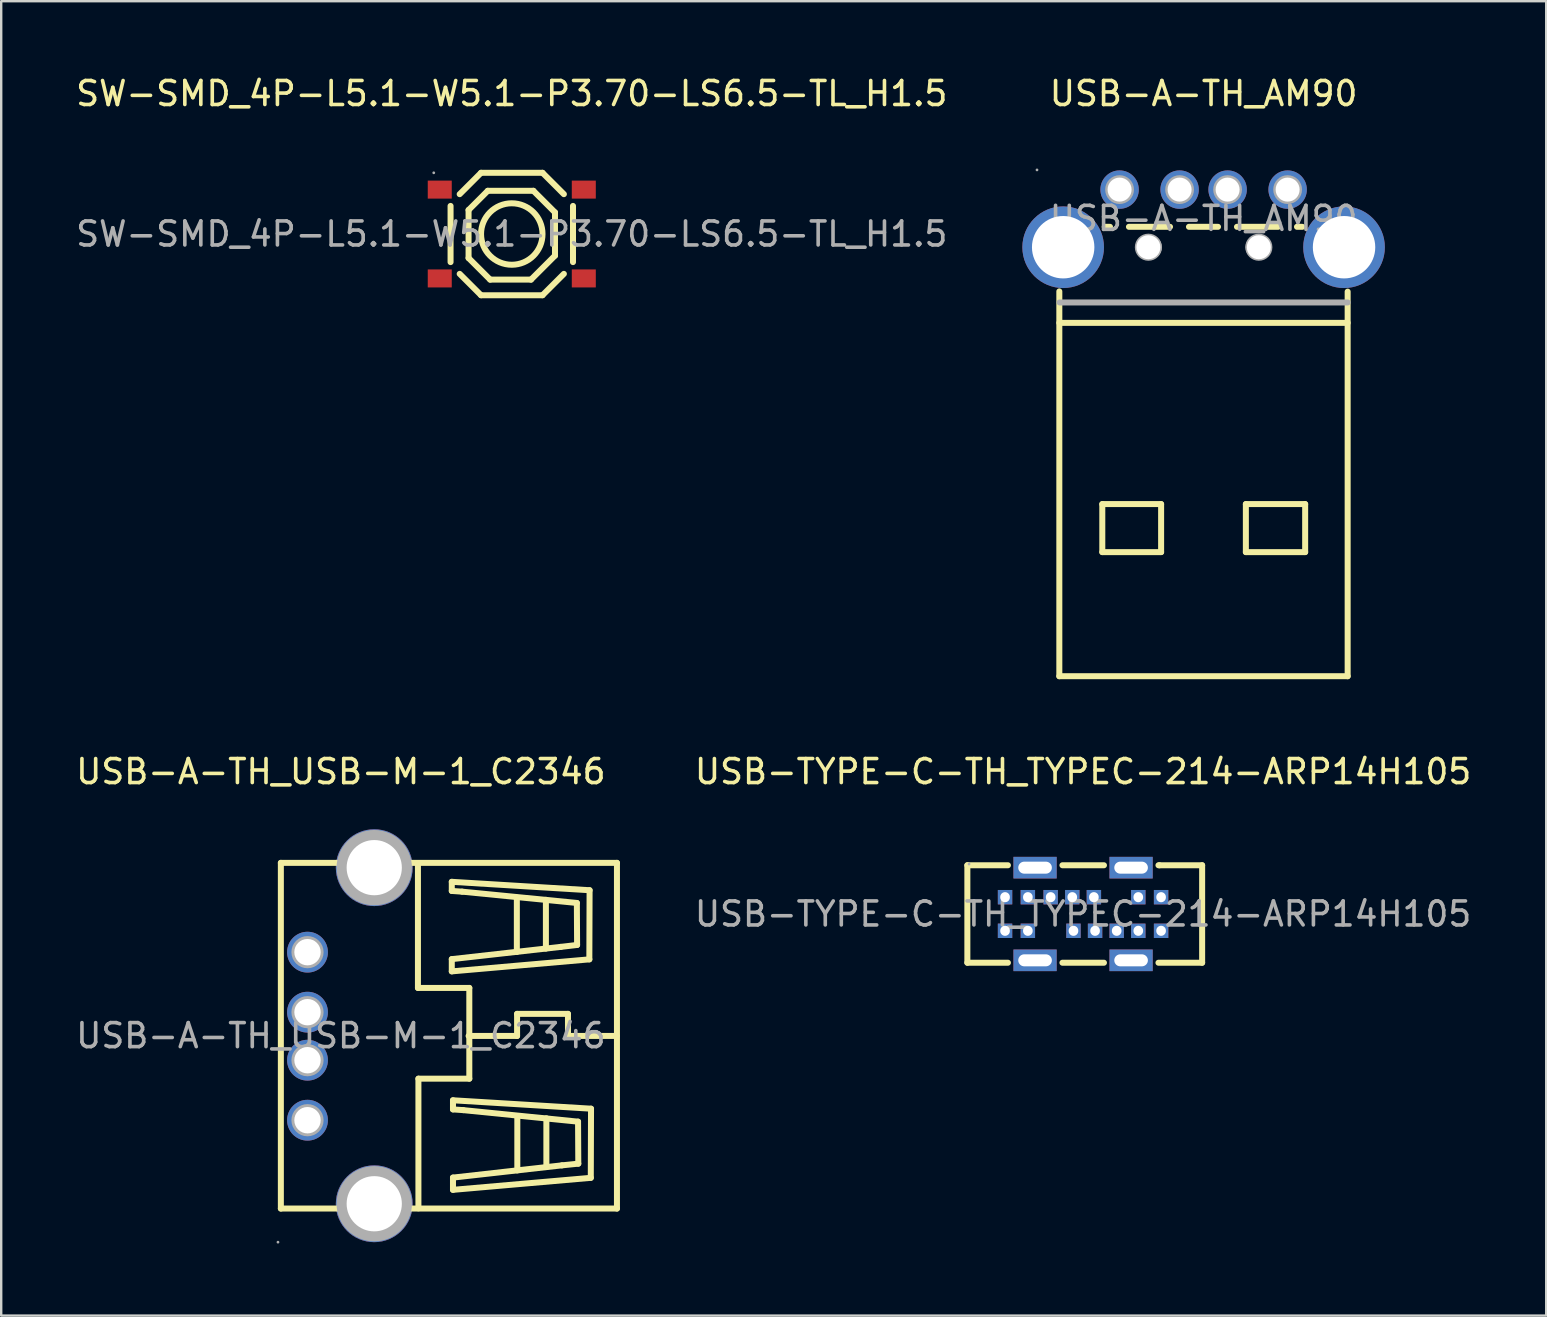
<source format=kicad_pcb>
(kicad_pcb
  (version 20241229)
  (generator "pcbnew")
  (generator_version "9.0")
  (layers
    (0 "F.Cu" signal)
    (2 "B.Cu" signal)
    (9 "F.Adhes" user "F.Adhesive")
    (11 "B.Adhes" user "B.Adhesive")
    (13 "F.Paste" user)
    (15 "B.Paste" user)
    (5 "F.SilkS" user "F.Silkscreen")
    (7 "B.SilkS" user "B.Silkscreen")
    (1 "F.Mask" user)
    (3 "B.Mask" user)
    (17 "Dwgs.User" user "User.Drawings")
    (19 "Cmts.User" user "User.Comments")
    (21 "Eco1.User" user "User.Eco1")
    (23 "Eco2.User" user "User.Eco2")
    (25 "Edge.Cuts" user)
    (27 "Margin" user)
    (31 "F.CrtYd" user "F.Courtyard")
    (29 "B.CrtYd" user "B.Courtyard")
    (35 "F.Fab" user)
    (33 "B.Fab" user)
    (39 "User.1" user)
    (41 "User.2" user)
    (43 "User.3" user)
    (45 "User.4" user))
  (footprint "SW-SMD_4P-L5.1-W5.1-P3.70-LS6.5-TL_H1.5"
    (layer "F.Cu")
    (at 18.268 6.698)
    (property "Reference" "SW-SMD_4P-L5.1-W5.1-P3.70-LS6.5-TL_H1.5" (at 0 -5.85 0) (layer "F.SilkS") (effects (font (size 1 1) (thickness 0.15))))
    (attr smd)
    (fp_line (start -2.55 -1.17) (end -2.55 1.17) (stroke (width 0.25) (type solid)) (layer "F.SilkS"))
    (fp_line (start -2.17 1.66) (end -1.28 2.55) (stroke (width 0.25) (type solid)) (layer "F.SilkS"))
    (fp_line (start -1.8 -1) (end -1 -1.8) (stroke (width 0.25) (type solid)) (layer "F.SilkS"))
    (fp_line (start -1.8 1) (end -1.8 -1) (stroke (width 0.25) (type solid)) (layer "F.SilkS"))
    (fp_line (start -1.28 -2.55) (end -2.17 -1.66) (stroke (width 0.25) (type solid)) (layer "F.SilkS"))
    (fp_line (start -1.28 -2.55) (end 1.28 -2.55) (stroke (width 0.25) (type solid)) (layer "F.SilkS"))
    (fp_line (start -1.28 2.55) (end 1.28 2.55) (stroke (width 0.25) (type solid)) (layer "F.SilkS"))
    (fp_line (start -1 -1.8) (end 0.9 -1.8) (stroke (width 0.25) (type solid)) (layer "F.SilkS"))
    (fp_line (start -0.9 1.9) (end -1.8 1) (stroke (width 0.25) (type solid)) (layer "F.SilkS"))
    (fp_line (start 0.8 1.9) (end -0.9 1.9) (stroke (width 0.25) (type solid)) (layer "F.SilkS"))
    (fp_line (start 0.9 -1.8) (end 1.8 -0.9) (stroke (width 0.25) (type solid)) (layer "F.SilkS"))
    (fp_line (start 1.28 -2.55) (end 2.17 -1.66) (stroke (width 0.25) (type solid)) (layer "F.SilkS"))
    (fp_line (start 1.8 -0.9) (end 1.8 0.9) (stroke (width 0.25) (type solid)) (layer "F.SilkS"))
    (fp_line (start 1.8 0.9) (end 0.8 1.9) (stroke (width 0.25) (type solid)) (layer "F.SilkS"))
    (fp_line (start 2.17 1.66) (end 1.28 2.55) (stroke (width 0.25) (type solid)) (layer "F.SilkS"))
    (fp_line (start 2.55 -1.17) (end 2.55 1.17) (stroke (width 0.25) (type solid)) (layer "F.SilkS"))
    (fp_circle (center 0 0) (end 1.28 0) (stroke (width 0.25) (type solid)) (fill no) (layer "F.SilkS"))
    (fp_circle (center -3.25 -2.55) (end -3.22 -2.55) (stroke (width 0.06) (type solid)) (fill no) (layer "F.Fab"))
    (fp_text user "${REFERENCE}" (at 0 0 0) (layer "F.Fab") (effects (font (size 1 1) (thickness 0.15))))
    (pad "1" smd rect (at -3 -1.85) (size 1 0.75) (layers "F.Cu" "F.Mask" "F.Paste"))
    (pad "2" smd rect (at 3 -1.85) (size 1 0.75) (layers "F.Cu" "F.Mask" "F.Paste"))
    (pad "3" smd rect (at -3 1.85) (size 1 0.75) (layers "F.Cu" "F.Mask" "F.Paste"))
    (pad "4" smd rect (at 3 1.85) (size 1 0.75) (layers "F.Cu" "F.Mask" "F.Paste")))
  (footprint "USB-TYPE-C-TH_TYPEC-214-ARP14H105"
    (layer "F.Cu")
    (at 42.065 35.022)
    (property "Reference" "USB-TYPE-C-TH_TYPEC-214-ARP14H105" (at 0 -5.93 0) (layer "F.SilkS") (effects (font (size 1 1) (thickness 0.15))))
    (attr through_hole)
    (fp_line (start -4.82 -2.03) (end -3.13 -2.03) (stroke (width 0.25) (type solid)) (layer "F.SilkS"))
    (fp_line (start -4.82 2.03) (end -4.82 -2.03) (stroke (width 0.25) (type solid)) (layer "F.SilkS"))
    (fp_line (start -3.13 2.03) (end -4.82 2.03) (stroke (width 0.25) (type solid)) (layer "F.SilkS"))
    (fp_line (start -0.86 -2.03) (end 0.87 -2.03) (stroke (width 0.25) (type solid)) (layer "F.SilkS"))
    (fp_line (start 0.87 2.03) (end -0.86 2.03) (stroke (width 0.25) (type solid)) (layer "F.SilkS"))
    (fp_line (start 3.14 -2.03) (end 3.18 -2.03) (stroke (width 0.25) (type solid)) (layer "F.SilkS"))
    (fp_line (start 3.18 -2.03) (end 4.96 -2.03) (stroke (width 0.25) (type solid)) (layer "F.SilkS"))
    (fp_line (start 4.96 -2.03) (end 4.96 2.03) (stroke (width 0.25) (type solid)) (layer "F.SilkS"))
    (fp_line (start 4.96 2.03) (end 3.14 2.03) (stroke (width 0.25) (type solid)) (layer "F.SilkS"))
    (fp_circle (center -4.75 -2.08) (end -4.72 -2.08) (stroke (width 0.06) (type solid)) (fill no) (layer "F.Fab"))
    (fp_text user "${REFERENCE}" (at 0 0 0) (layer "F.Fab") (effects (font (size 1 1) (thickness 0.15))))
    (pad "0" thru_hole rect (at -2 -1.93) (size 1.8 0.9) (drill oval 1.4 0.5) (layers "*.Cu" "*.Mask"))
    (pad "0" thru_hole rect (at -2 1.93) (size 1.8 0.9) (drill oval 1.4 0.5) (layers "*.Cu" "*.Mask"))
    (pad "0" thru_hole rect (at 2 -1.93) (size 1.8 0.9) (drill oval 1.4 0.5) (layers "*.Cu" "*.Mask"))
    (pad "0" thru_hole rect (at 2 1.93) (size 1.8 0.9) (drill oval 1.4 0.5) (layers "*.Cu" "*.Mask"))
    (pad "A1" thru_hole rect (at -3.25 -0.7) (size 0.6 0.6) (drill oval 0.4 0.42) (layers "*.Cu" "*.Mask"))
    (pad "A4" thru_hole rect (at -2.3 -0.7) (size 0.6 0.6) (drill oval 0.4 0.42) (layers "*.Cu" "*.Mask"))
    (pad "A5" thru_hole rect (at -1.35 -0.7) (size 0.6 0.6) (drill oval 0.4 0.42) (layers "*.Cu" "*.Mask"))
    (pad "A6" thru_hole rect (at -0.45 -0.7) (size 0.6 0.6) (drill oval 0.4 0.42) (layers "*.Cu" "*.Mask"))
    (pad "A7" thru_hole rect (at 0.45 -0.7) (size 0.6 0.6) (drill oval 0.4 0.42) (layers "*.Cu" "*.Mask"))
    (pad "A9" thru_hole rect (at 2.3 -0.7) (size 0.6 0.6) (drill oval 0.4 0.42) (layers "*.Cu" "*.Mask"))
    (pad "A12" thru_hole rect (at 3.25 -0.7) (size 0.6 0.6) (drill oval 0.4 0.42) (layers "*.Cu" "*.Mask"))
    (pad "B1" thru_hole rect (at 3.25 0.7) (size 0.6 0.6) (drill oval 0.4 0.42) (layers "*.Cu" "*.Mask"))
    (pad "B4" thru_hole rect (at 2.3 0.7) (size 0.6 0.6) (drill oval 0.4 0.42) (layers "*.Cu" "*.Mask"))
    (pad "B5" thru_hole rect (at 1.4 0.7) (size 0.6 0.6) (drill oval 0.4 0.42) (layers "*.Cu" "*.Mask"))
    (pad "B6" thru_hole rect (at 0.5 0.7) (size 0.6 0.6) (drill oval 0.4 0.42) (layers "*.Cu" "*.Mask"))
    (pad "B7" thru_hole rect (at -0.4 0.7) (size 0.6 0.6) (drill oval 0.4 0.42) (layers "*.Cu" "*.Mask"))
    (pad "B9" thru_hole rect (at -2.3 0.7) (size 0.6 0.6) (drill oval 0.4 0.42) (layers "*.Cu" "*.Mask"))
    (pad "B12" thru_hole rect (at -3.25 0.7) (size 0.6 0.6) (drill oval 0.4 0.42) (layers "*.Cu" "*.Mask")))
  (footprint "USB-A-TH_AM90"
    (layer "F.Cu")
    (at 47.086 6.048)
    (property "Reference" "USB-A-TH_AM90" (at 0 -5.2 0) (layer "F.SilkS") (effects (font (size 1 1) (thickness 0.15))))
    (attr through_hole)
    (fp_line (start -6.01 4.35) (end 6 4.35) (stroke (width 0.25) (type solid)) (layer "F.SilkS"))
    (fp_line (start -6.01 19.07) (end -6.01 3.04) (stroke (width 0.25) (type solid)) (layer "F.SilkS"))
    (fp_line (start -4.22 11.9) (end -1.77 11.9) (stroke (width 0.25) (type solid)) (layer "F.SilkS"))
    (fp_line (start -4.22 13.9) (end -4.22 11.9) (stroke (width 0.25) (type solid)) (layer "F.SilkS"))
    (fp_line (start -4.12 0.35) (end -3.9 0.35) (stroke (width 0.25) (type solid)) (layer "F.SilkS"))
    (fp_line (start -3.11 0.35) (end -1.4 0.35) (stroke (width 0.25) (type solid)) (layer "F.SilkS"))
    (fp_line (start -1.77 13.9) (end -4.22 13.9) (stroke (width 0.25) (type solid)) (layer "F.SilkS"))
    (fp_line (start -1.77 13.9) (end -1.77 11.9) (stroke (width 0.25) (type solid)) (layer "F.SilkS"))
    (fp_line (start -0.61 0.35) (end 0.6 0.35) (stroke (width 0.25) (type solid)) (layer "F.SilkS"))
    (fp_line (start 1.39 0.35) (end 3.1 0.35) (stroke (width 0.25) (type solid)) (layer "F.SilkS"))
    (fp_line (start 1.76 13.9) (end 1.76 11.9) (stroke (width 0.25) (type solid)) (layer "F.SilkS"))
    (fp_line (start 1.76 13.9) (end 4.23 13.9) (stroke (width 0.25) (type solid)) (layer "F.SilkS"))
    (fp_line (start 3.89 0.35) (end 4.11 0.35) (stroke (width 0.25) (type solid)) (layer "F.SilkS"))
    (fp_line (start 4.23 11.9) (end 1.76 11.9) (stroke (width 0.25) (type solid)) (layer "F.SilkS"))
    (fp_line (start 4.23 13.9) (end 4.23 11.9) (stroke (width 0.25) (type solid)) (layer "F.SilkS"))
    (fp_line (start 6 19.07) (end -6.01 19.07) (stroke (width 0.25) (type solid)) (layer "F.SilkS"))
    (fp_line (start 6 19.07) (end 6 3.05) (stroke (width 0.25) (type solid)) (layer "F.SilkS"))
    (fp_line (start -6 3.5) (end 6 3.5) (stroke (width 0.25) (type solid)) (layer "F.Fab"))
    (fp_circle (center -6.94 -2.02) (end -6.91 -2.02) (stroke (width 0.06) (type solid)) (fill no) (layer "F.Fab"))
    (fp_circle (center -5.85 1.2) (end -5.31 1.2) (stroke (width 1.08) (type solid)) (fill no) (layer "F.Fab"))
    (fp_circle (center -3.5 -1.2) (end -3.2 -1.2) (stroke (width 0.6) (type solid)) (fill no) (layer "F.Fab"))
    (fp_circle (center -2.3 1.2) (end -1.8 1.2) (stroke (width 0.13) (type solid)) (fill no) (layer "F.Fab"))
    (fp_circle (center -2.24 1.2) (end -1.99 1.2) (stroke (width 0.5) (type solid)) (fill no) (layer "F.Fab"))
    (fp_circle (center -1 -1.2) (end -0.7 -1.2) (stroke (width 0.6) (type solid)) (fill no) (layer "F.Fab"))
    (fp_circle (center 1 -1.2) (end 1.3 -1.2) (stroke (width 0.6) (type solid)) (fill no) (layer "F.Fab"))
    (fp_circle (center 2.25 1.2) (end 2.5 1.2) (stroke (width 0.5) (type solid)) (fill no) (layer "F.Fab"))
    (fp_circle (center 2.3 1.2) (end 2.8 1.2) (stroke (width 0.13) (type solid)) (fill no) (layer "F.Fab"))
    (fp_circle (center 3.5 -1.2) (end 3.8 -1.2) (stroke (width 0.6) (type solid)) (fill no) (layer "F.Fab"))
    (fp_circle (center 5.85 1.2) (end 6.39 1.2) (stroke (width 1.08) (type solid)) (fill no) (layer "F.Fab"))
    (fp_text user "${REFERENCE}" (at 0 0 0) (layer "F.Fab") (effects (font (size 1 1) (thickness 0.15))))
    (pad "" thru_hole circle (at -2.3 1.2) (size 1 1) (drill 1) (layers "*.Cu" "*.Mask"))
    (pad "" thru_hole circle (at 2.3 1.2) (size 1 1) (drill 1) (layers "*.Cu" "*.Mask"))
    (pad "1" thru_hole circle (at 3.5 -1.2 270) (size 1.6 1.6) (drill 1) (layers "*.Cu" "*.Mask"))
    (pad "2" thru_hole circle (at 1 -1.2 270) (size 1.6 1.6) (drill 1) (layers "*.Cu" "*.Mask"))
    (pad "3" thru_hole circle (at -1 -1.2 270) (size 1.6 1.6) (drill 1) (layers "*.Cu" "*.Mask"))
    (pad "4" thru_hole circle (at -3.5 -1.2 270) (size 1.6 1.6) (drill 1) (layers "*.Cu" "*.Mask"))
    (pad "MH1" thru_hole circle (at 5.85 1.2 270) (size 3.4 3.4) (drill 2.6) (layers "*.Cu" "*.Mask"))
    (pad "MH2" thru_hole circle (at -5.85 1.2 270) (size 3.4 3.4) (drill 2.6) (layers "*.Cu" "*.Mask")))
  (footprint "USB-A-TH_USB-M-1_C2346"
    (layer "F.Cu")
    (at 11.149 40.092)
    (property "Reference" "USB-A-TH_USB-M-1_C2346" (at 0 -11 0) (layer "F.SilkS") (effects (font (size 1 1) (thickness 0.15))))
    (attr through_hole)
    (fp_line (start -2.5 7.2) (end -2.5 -7.2) (stroke (width 0.25) (type solid)) (layer "F.SilkS"))
    (fp_line (start 3.21 -7.19) (end 3.21 -1.99) (stroke (width 0.25) (type solid)) (layer "F.SilkS"))
    (fp_line (start 3.21 -1.99) (end 5.35 -1.99) (stroke (width 0.25) (type solid)) (layer "F.SilkS"))
    (fp_line (start 3.23 1.79) (end 3.23 7.19) (stroke (width 0.25) (type solid)) (layer "F.SilkS"))
    (fp_line (start 4.62 -6.41) (end 10.36 -6.06) (stroke (width 0.25) (type solid)) (layer "F.SilkS"))
    (fp_line (start 4.62 -6.03) (end 4.62 -6.41) (stroke (width 0.25) (type solid)) (layer "F.SilkS"))
    (fp_line (start 4.62 -3.19) (end 9.16 -3.7) (stroke (width 0.25) (type solid)) (layer "F.SilkS"))
    (fp_line (start 4.62 -2.68) (end 4.62 -3.19) (stroke (width 0.25) (type solid)) (layer "F.SilkS"))
    (fp_line (start 4.67 2.69) (end 10.42 3.04) (stroke (width 0.25) (type solid)) (layer "F.SilkS"))
    (fp_line (start 4.67 3.07) (end 4.67 2.69) (stroke (width 0.25) (type solid)) (layer "F.SilkS"))
    (fp_line (start 4.67 5.91) (end 9.21 5.4) (stroke (width 0.25) (type solid)) (layer "F.SilkS"))
    (fp_line (start 4.67 6.42) (end 4.67 5.91) (stroke (width 0.25) (type solid)) (layer "F.SilkS"))
    (fp_line (start 5.05 -6) (end 4.62 -6.03) (stroke (width 0.25) (type solid)) (layer "F.SilkS"))
    (fp_line (start 5.1 3.1) (end 4.67 3.07) (stroke (width 0.25) (type solid)) (layer "F.SilkS"))
    (fp_line (start 5.32 0.01) (end 7.34 0.01) (stroke (width 0.25) (type solid)) (layer "F.SilkS"))
    (fp_line (start 5.35 -1.99) (end 5.35 1.79) (stroke (width 0.25) (type solid)) (layer "F.SilkS"))
    (fp_line (start 5.35 1.79) (end 3.23 1.79) (stroke (width 0.25) (type solid)) (layer "F.SilkS"))
    (fp_line (start 7.33 -3.49) (end 7.33 -5.75) (stroke (width 0.25) (type solid)) (layer "F.SilkS"))
    (fp_line (start 7.34 -0.91) (end 9.46 -0.91) (stroke (width 0.25) (type solid)) (layer "F.SilkS"))
    (fp_line (start 7.34 0.01) (end 7.34 -0.91) (stroke (width 0.25) (type solid)) (layer "F.SilkS"))
    (fp_line (start 7.35 5.61) (end 7.35 3.35) (stroke (width 0.25) (type solid)) (layer "F.SilkS"))
    (fp_line (start 8.54 -3.63) (end 8.54 -5.66) (stroke (width 0.25) (type solid)) (layer "F.SilkS"))
    (fp_line (start 8.56 5.47) (end 8.56 3.44) (stroke (width 0.25) (type solid)) (layer "F.SilkS"))
    (fp_line (start 9.16 -3.7) (end 9.84 -3.78) (stroke (width 0.25) (type solid)) (layer "F.SilkS"))
    (fp_line (start 9.21 5.4) (end 9.89 5.33) (stroke (width 0.25) (type solid)) (layer "F.SilkS"))
    (fp_line (start 9.46 -0.91) (end 9.46 0.01) (stroke (width 0.25) (type solid)) (layer "F.SilkS"))
    (fp_line (start 9.46 0.01) (end 11.49 0.01) (stroke (width 0.25) (type solid)) (layer "F.SilkS"))
    (fp_line (start 9.83 -5.53) (end 5.05 -6) (stroke (width 0.25) (type solid)) (layer "F.SilkS"))
    (fp_line (start 9.84 -3.78) (end 9.83 -5.53) (stroke (width 0.25) (type solid)) (layer "F.SilkS"))
    (fp_line (start 9.88 3.58) (end 5.1 3.1) (stroke (width 0.25) (type solid)) (layer "F.SilkS"))
    (fp_line (start 9.89 5.33) (end 9.88 3.58) (stroke (width 0.25) (type solid)) (layer "F.SilkS"))
    (fp_line (start 10.35 -3.18) (end 4.62 -2.68) (stroke (width 0.25) (type solid)) (layer "F.SilkS"))
    (fp_line (start 10.36 -6.06) (end 10.35 -3.18) (stroke (width 0.25) (type solid)) (layer "F.SilkS"))
    (fp_line (start 10.41 5.92) (end 4.67 6.42) (stroke (width 0.25) (type solid)) (layer "F.SilkS"))
    (fp_line (start 10.42 3.04) (end 10.41 5.92) (stroke (width 0.25) (type solid)) (layer "F.SilkS"))
    (fp_line (start 11.5 -7.2) (end -2.5 -7.2) (stroke (width 0.25) (type solid)) (layer "F.SilkS"))
    (fp_line (start 11.5 7.2) (end -2.5 7.2) (stroke (width 0.25) (type solid)) (layer "F.SilkS"))
    (fp_line (start 11.5 7.2) (end 11.5 -7.2) (stroke (width 0.25) (type solid)) (layer "F.SilkS"))
    (fp_circle (center -2.62 8.6) (end -2.59 8.6) (stroke (width 0.06) (type solid)) (fill no) (layer "F.Fab"))
    (fp_circle (center -1.39 -3.48) (end -1.17 -3.48) (stroke (width 0.45) (type solid)) (fill no) (layer "F.Fab"))
    (fp_circle (center -1.39 -0.98) (end -1.17 -0.98) (stroke (width 0.45) (type solid)) (fill no) (layer "F.Fab"))
    (fp_circle (center -1.39 1.02) (end -1.17 1.02) (stroke (width 0.45) (type solid)) (fill no) (layer "F.Fab"))
    (fp_circle (center -1.39 3.52) (end -1.17 3.52) (stroke (width 0.45) (type solid)) (fill no) (layer "F.Fab"))
    (fp_circle (center 1.39 -7) (end 1.91 -7) (stroke (width 1.05) (type solid)) (fill no) (layer "F.Fab"))
    (fp_circle (center 1.39 7) (end 1.91 7) (stroke (width 1.05) (type solid)) (fill no) (layer "F.Fab"))
    (fp_text user "${REFERENCE}" (at 0 0 0) (layer "F.Fab") (effects (font (size 1 1) (thickness 0.15))))
    (pad "0" thru_hole circle (at 1.39 -7 180) (size 3.2 3.2) (drill 2.3) (layers "*.Cu" "*.Mask"))
    (pad "0" thru_hole circle (at 1.39 7 180) (size 3.2 3.2) (drill 2.3) (layers "*.Cu" "*.Mask"))
    (pad "1" thru_hole circle (at -1.39 3.52) (size 1.7 1.7) (drill 1.1) (layers "*.Cu" "*.Mask"))
    (pad "2" thru_hole circle (at -1.39 1.02) (size 1.7 1.7) (drill 1.1) (layers "*.Cu" "*.Mask"))
    (pad "3" thru_hole circle (at -1.39 -0.98) (size 1.7 1.7) (drill 1.1) (layers "*.Cu" "*.Mask"))
    (pad "4" thru_hole circle (at -1.39 -3.48) (size 1.7 1.7) (drill 1.1) (layers "*.Cu" "*.Mask")))
  (gr_rect
    (start -3 -3)
    (end 61.357 51.752)
    (stroke (width 0.1) (type default))
    (fill no)
    (layer "Edge.Cuts")))
</source>
